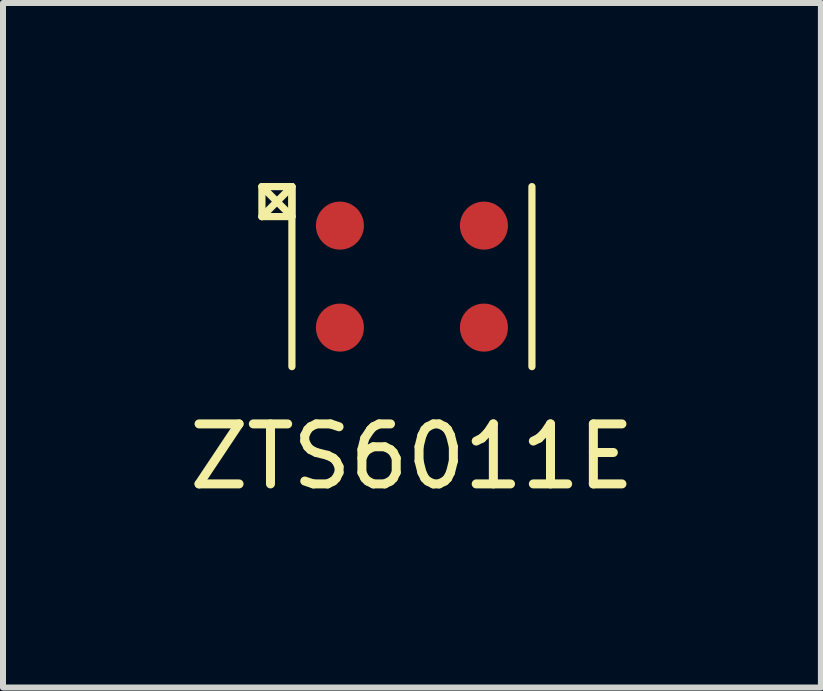
<source format=kicad_pcb>
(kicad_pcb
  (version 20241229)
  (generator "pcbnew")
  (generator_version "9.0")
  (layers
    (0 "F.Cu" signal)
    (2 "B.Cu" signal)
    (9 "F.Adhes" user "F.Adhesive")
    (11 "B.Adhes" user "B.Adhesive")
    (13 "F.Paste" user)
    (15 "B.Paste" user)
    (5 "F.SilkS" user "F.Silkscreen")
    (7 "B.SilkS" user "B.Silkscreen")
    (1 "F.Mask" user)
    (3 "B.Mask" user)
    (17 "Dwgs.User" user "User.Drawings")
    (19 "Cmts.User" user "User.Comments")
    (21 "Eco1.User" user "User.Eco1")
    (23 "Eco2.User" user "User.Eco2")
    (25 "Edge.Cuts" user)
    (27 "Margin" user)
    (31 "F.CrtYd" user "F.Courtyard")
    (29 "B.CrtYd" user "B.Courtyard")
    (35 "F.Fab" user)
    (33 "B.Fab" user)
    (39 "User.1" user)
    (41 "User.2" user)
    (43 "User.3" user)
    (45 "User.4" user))
  (footprint "ZTS6011E"
    (layer "F.Cu")
    (at 3.815 1.56)
    (property "Reference" "ZTS6011E" (at 0 3 0) (layer "F.SilkS") (effects (font (size 1 1) (thickness 0.15))))
    (attr through_hole)
    (fp_line (start -2.5 -1.5) (end -2.5 -1) (stroke (width 0.12) (type solid)) (layer "F.SilkS"))
    (fp_line (start -2.5 -1.5) (end -2 -1) (stroke (width 0.12) (type solid)) (layer "F.SilkS"))
    (fp_line (start -2.5 -1) (end -2 -1) (stroke (width 0.12) (type solid)) (layer "F.SilkS"))
    (fp_line (start -2 -1.5) (end -2.5 -1.5) (stroke (width 0.12) (type solid)) (layer "F.SilkS"))
    (fp_line (start -2 -1.5) (end -2.5 -1) (stroke (width 0.12) (type solid)) (layer "F.SilkS"))
    (fp_line (start -2 -1) (end -2 -1.5) (stroke (width 0.12) (type solid)) (layer "F.SilkS"))
    (fp_line (start -2 1.5) (end -2 -1.5) (stroke (width 0.12) (type solid)) (layer "F.SilkS"))
    (fp_line (start 2 -1.5) (end 2 1.5) (stroke (width 0.12) (type solid)) (layer "F.SilkS"))
    (pad "1" smd circle (at -1.2 -0.85) (size 0.8 0.8) (layers "F.Cu" "F.Mask" "F.Paste"))
    (pad "2" smd circle (at 1.2 -0.85) (size 0.8 0.8) (layers "F.Cu" "F.Mask" "F.Paste"))
    (pad "3" smd circle (at 1.2 0.85) (size 0.8 0.8) (layers "F.Cu" "F.Mask" "F.Paste"))
    (pad "4" smd circle (at -1.2 0.85) (size 0.8 0.8) (layers "F.Cu" "F.Mask" "F.Paste")))
  (gr_rect
    (start -3 -3)
    (end 10.631 8.408)
    (stroke (width 0.1) (type default))
    (fill no)
    (layer "Edge.Cuts")))
</source>
